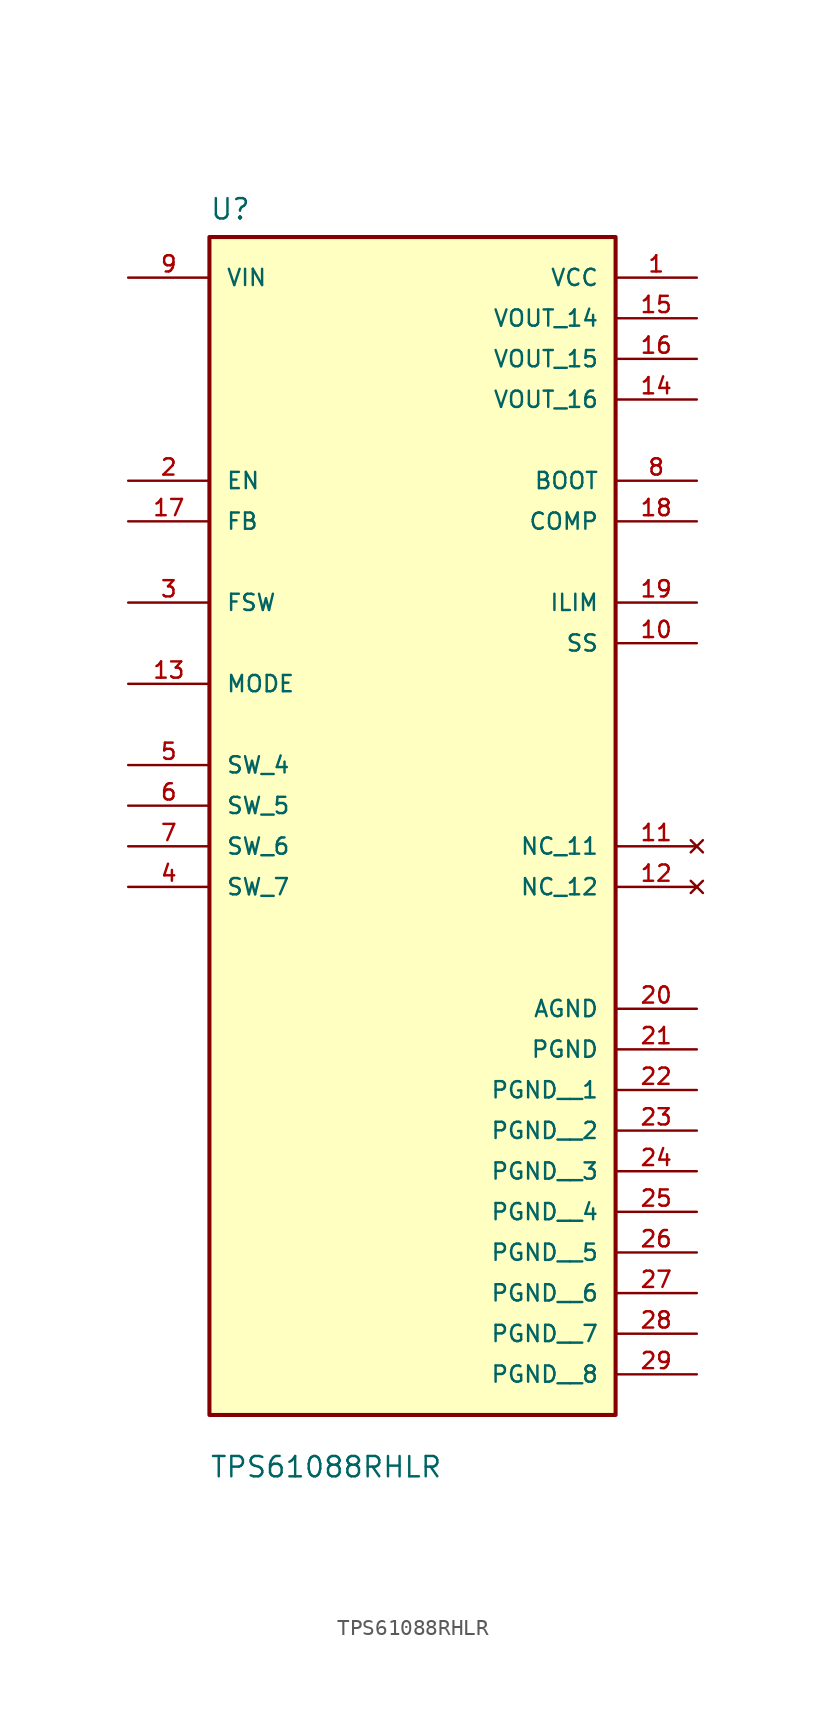
<source format=kicad_sym>
(kicad_symbol_lib
  (version 20241209)
  (generator "kicad_symbol_editor")
  (generator_version "9.0")
  (symbol "TPS61088RHLR"
    (pin_names
      (offset 1.016))
    (property "Reference" "U"
      (at -12.7 26.4 0)
      (effects (font (size 1.27 1.27)) (justify left bottom)))
    (property "Value" "TPS61088RHLR"
      (at -12.7 -52.26 0)
      (effects (font (size 1.27 1.27)) (justify left bottom)))
    (symbol "TPS61088RHLR_0_0"
      (rectangle (start -12.7 -48.26) (end 12.7 25.4) (stroke (width 0.254) (type default)) (fill (type background)))
      (pin input line (at -17.78 22.86 0) (length 5.08) (name "VIN" (effects (font (size 1.016 1.016)))) (number "9" (effects (font (size 1.016 1.016)))))
      (pin input line (at -17.78 10.16 0) (length 5.08) (name "EN" (effects (font (size 1.016 1.016)))) (number "2" (effects (font (size 1.016 1.016)))))
      (pin input line (at -17.78 7.62 0) (length 5.08) (name "FB" (effects (font (size 1.016 1.016)))) (number "17" (effects (font (size 1.016 1.016)))))
      (pin input line (at -17.78 2.54 0) (length 5.08) (name "FSW" (effects (font (size 1.016 1.016)))) (number "3" (effects (font (size 1.016 1.016)))))
      (pin input line (at -17.78 -2.54 0) (length 5.08) (name "MODE" (effects (font (size 1.016 1.016)))) (number "13" (effects (font (size 1.016 1.016)))))
      (pin input line (at -17.78 -7.62 0) (length 5.08) (name "SW_4" (effects (font (size 1.016 1.016)))) (number "5" (effects (font (size 1.016 1.016)))))
      (pin input line (at -17.78 -10.16 0) (length 5.08) (name "SW_5" (effects (font (size 1.016 1.016)))) (number "6" (effects (font (size 1.016 1.016)))))
      (pin input line (at -17.78 -12.7 0) (length 5.08) (name "SW_6" (effects (font (size 1.016 1.016)))) (number "7" (effects (font (size 1.016 1.016)))))
      (pin input line (at -17.78 -15.24 0) (length 5.08) (name "SW_7" (effects (font (size 1.016 1.016)))) (number "4" (effects (font (size 1.016 1.016)))))
      (pin output line (at 17.78 22.86 180) (length 5.08) (name "VCC" (effects (font (size 1.016 1.016)))) (number "1" (effects (font (size 1.016 1.016)))))
      (pin output line (at 17.78 20.32 180) (length 5.08) (name "VOUT_14" (effects (font (size 1.016 1.016)))) (number "15" (effects (font (size 1.016 1.016)))))
      (pin output line (at 17.78 17.78 180) (length 5.08) (name "VOUT_15" (effects (font (size 1.016 1.016)))) (number "16" (effects (font (size 1.016 1.016)))))
      (pin output line (at 17.78 15.24 180) (length 5.08) (name "VOUT_16" (effects (font (size 1.016 1.016)))) (number "14" (effects (font (size 1.016 1.016)))))
      (pin output line (at 17.78 10.16 180) (length 5.08) (name "BOOT" (effects (font (size 1.016 1.016)))) (number "8" (effects (font (size 1.016 1.016)))))
      (pin output line (at 17.78 7.62 180) (length 5.08) (name "COMP" (effects (font (size 1.016 1.016)))) (number "18" (effects (font (size 1.016 1.016)))))
      (pin output line (at 17.78 2.54 180) (length 5.08) (name "ILIM" (effects (font (size 1.016 1.016)))) (number "19" (effects (font (size 1.016 1.016)))))
      (pin output line (at 17.78 0 180) (length 5.08) (name "SS" (effects (font (size 1.016 1.016)))) (number "10" (effects (font (size 1.016 1.016)))))
      (pin no_connect line (at 17.78 -12.7 180) (length 5.08) (name "NC_11" (effects (font (size 1.016 1.016)))) (number "11" (effects (font (size 1.016 1.016)))))
      (pin no_connect line (at 17.78 -15.24 180) (length 5.08) (name "NC_12" (effects (font (size 1.016 1.016)))) (number "12" (effects (font (size 1.016 1.016)))))
      (pin power_in line (at 17.78 -22.86 180) (length 5.08) (name "AGND" (effects (font (size 1.016 1.016)))) (number "20" (effects (font (size 1.016 1.016)))))
      (pin power_in line (at 17.78 -25.4 180) (length 5.08) (name "PGND" (effects (font (size 1.016 1.016)))) (number "21" (effects (font (size 1.016 1.016)))))
      (pin power_in line (at 17.78 -27.94 180) (length 5.08) (name "PGND__1" (effects (font (size 1.016 1.016)))) (number "22" (effects (font (size 1.016 1.016)))))
      (pin power_in line (at 17.78 -30.48 180) (length 5.08) (name "PGND__2" (effects (font (size 1.016 1.016)))) (number "23" (effects (font (size 1.016 1.016)))))
      (pin power_in line (at 17.78 -33.02 180) (length 5.08) (name "PGND__3" (effects (font (size 1.016 1.016)))) (number "24" (effects (font (size 1.016 1.016)))))
      (pin power_in line (at 17.78 -35.56 180) (length 5.08) (name "PGND__4" (effects (font (size 1.016 1.016)))) (number "25" (effects (font (size 1.016 1.016)))))
      (pin power_in line (at 17.78 -38.1 180) (length 5.08) (name "PGND__5" (effects (font (size 1.016 1.016)))) (number "26" (effects (font (size 1.016 1.016)))))
      (pin power_in line (at 17.78 -40.64 180) (length 5.08) (name "PGND__6" (effects (font (size 1.016 1.016)))) (number "27" (effects (font (size 1.016 1.016)))))
      (pin power_in line (at 17.78 -43.18 180) (length 5.08) (name "PGND__7" (effects (font (size 1.016 1.016)))) (number "28" (effects (font (size 1.016 1.016)))))
      (pin power_in line (at 17.78 -45.72 180) (length 5.08) (name "PGND__8" (effects (font (size 1.016 1.016)))) (number "29" (effects (font (size 1.016 1.016))))))))
</source>
